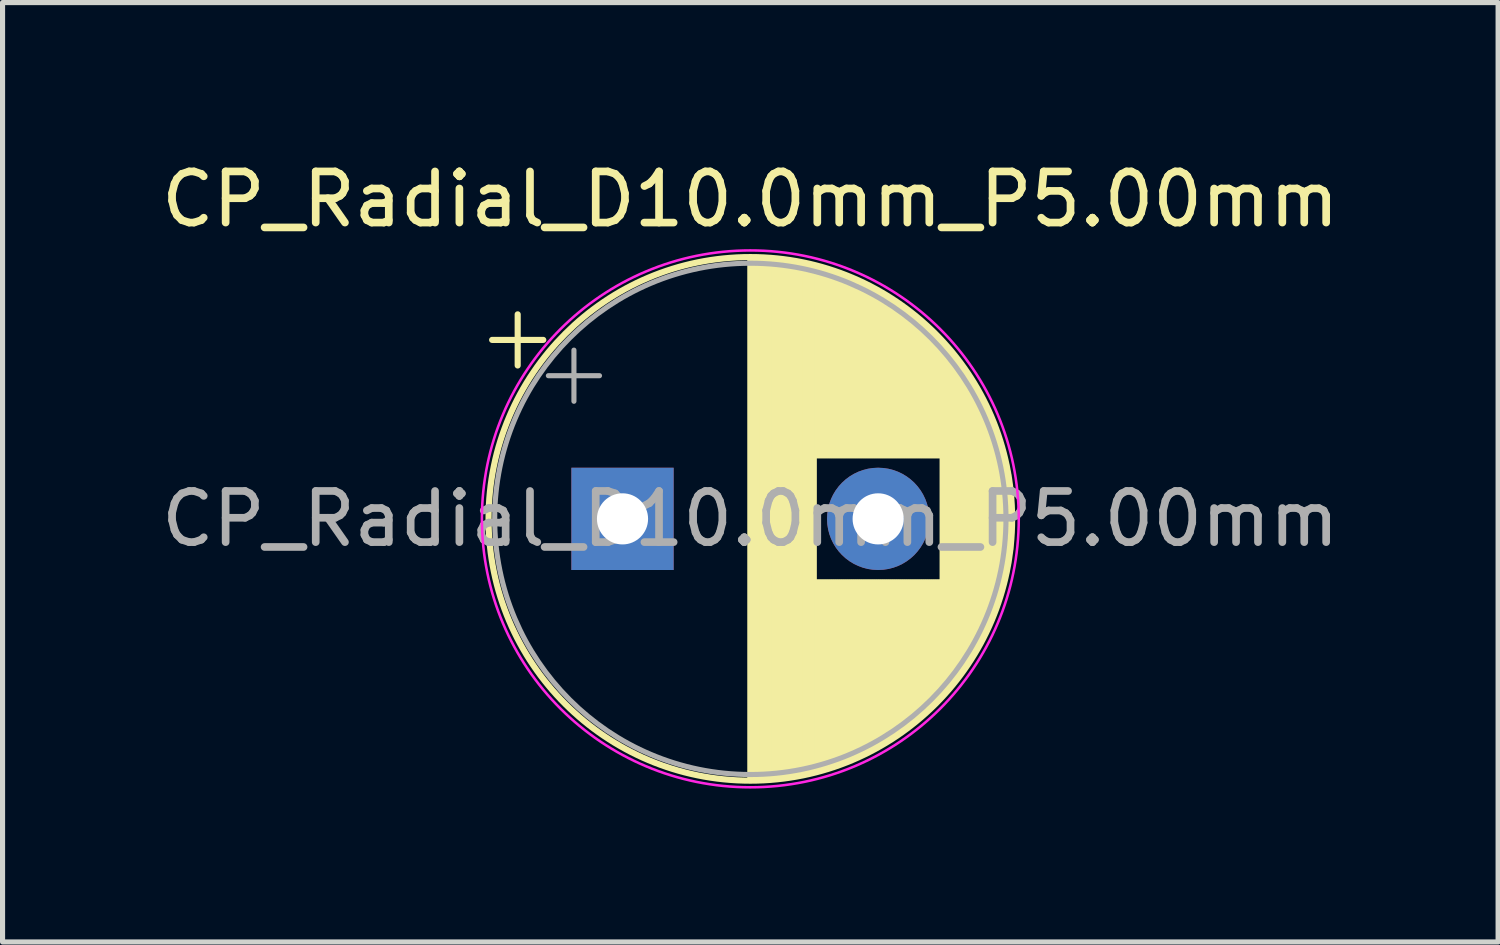
<source format=kicad_pcb>
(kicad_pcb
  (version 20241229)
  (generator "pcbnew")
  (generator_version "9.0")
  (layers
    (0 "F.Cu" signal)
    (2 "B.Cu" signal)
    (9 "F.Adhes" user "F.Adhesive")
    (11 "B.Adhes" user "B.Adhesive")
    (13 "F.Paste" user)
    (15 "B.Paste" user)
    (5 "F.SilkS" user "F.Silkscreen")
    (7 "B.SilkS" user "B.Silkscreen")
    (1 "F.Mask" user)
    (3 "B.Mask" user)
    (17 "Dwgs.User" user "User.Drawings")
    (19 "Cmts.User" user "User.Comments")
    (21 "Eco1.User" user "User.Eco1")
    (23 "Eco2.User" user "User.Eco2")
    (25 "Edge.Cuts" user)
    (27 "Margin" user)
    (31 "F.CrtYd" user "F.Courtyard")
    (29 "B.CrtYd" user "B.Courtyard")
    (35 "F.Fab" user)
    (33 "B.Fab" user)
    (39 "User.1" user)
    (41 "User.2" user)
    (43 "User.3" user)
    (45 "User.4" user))
  (footprint "CP_Radial_D10.0mm_P5.00mm"
    (layer "F.Cu")
    (at 9.125 7.098)
    (property "Reference" "CP_Radial_D10.0mm_P5.00mm" (at 2.5 -6.25 0) (layer "F.SilkS") (effects (font (size 1 1) (thickness 0.15))))
    (attr through_hole)
    (fp_line (start -2.55 -3.5) (end -1.55 -3.5) (stroke (width 0.12) (type solid)) (layer "F.SilkS"))
    (fp_line (start -2.05 -4) (end -2.05 -3) (stroke (width 0.12) (type solid)) (layer "F.SilkS"))
    (fp_line (start 2.5 -5.08) (end 2.5 5.08) (stroke (width 0.12) (type solid)) (layer "F.SilkS"))
    (fp_line (start 2.54 -5.08) (end 2.54 5.08) (stroke (width 0.12) (type solid)) (layer "F.SilkS"))
    (fp_line (start 2.58 -5.08) (end 2.58 5.08) (stroke (width 0.12) (type solid)) (layer "F.SilkS"))
    (fp_line (start 2.62 -5.079) (end 2.62 5.079) (stroke (width 0.12) (type solid)) (layer "F.SilkS"))
    (fp_line (start 2.66 -5.078) (end 2.66 5.078) (stroke (width 0.12) (type solid)) (layer "F.SilkS"))
    (fp_line (start 2.7 -5.077) (end 2.7 5.077) (stroke (width 0.12) (type solid)) (layer "F.SilkS"))
    (fp_line (start 2.74 -5.075) (end 2.74 5.075) (stroke (width 0.12) (type solid)) (layer "F.SilkS"))
    (fp_line (start 2.78 -5.073) (end 2.78 5.073) (stroke (width 0.12) (type solid)) (layer "F.SilkS"))
    (fp_line (start 2.82 -5.07) (end 2.82 5.07) (stroke (width 0.12) (type solid)) (layer "F.SilkS"))
    (fp_line (start 2.86 -5.068) (end 2.86 5.068) (stroke (width 0.12) (type solid)) (layer "F.SilkS"))
    (fp_line (start 2.9 -5.065) (end 2.9 5.065) (stroke (width 0.12) (type solid)) (layer "F.SilkS"))
    (fp_line (start 2.94 -5.062) (end 2.94 5.062) (stroke (width 0.12) (type solid)) (layer "F.SilkS"))
    (fp_line (start 2.98 -5.058) (end 2.98 5.058) (stroke (width 0.12) (type solid)) (layer "F.SilkS"))
    (fp_line (start 3.02 -5.054) (end 3.02 5.054) (stroke (width 0.12) (type solid)) (layer "F.SilkS"))
    (fp_line (start 3.06 -5.05) (end 3.06 5.05) (stroke (width 0.12) (type solid)) (layer "F.SilkS"))
    (fp_line (start 3.1 -5.045) (end 3.1 5.045) (stroke (width 0.12) (type solid)) (layer "F.SilkS"))
    (fp_line (start 3.14 -5.04) (end 3.14 5.04) (stroke (width 0.12) (type solid)) (layer "F.SilkS"))
    (fp_line (start 3.18 -5.035) (end 3.18 5.035) (stroke (width 0.12) (type solid)) (layer "F.SilkS"))
    (fp_line (start 3.221 -5.03) (end 3.221 5.03) (stroke (width 0.12) (type solid)) (layer "F.SilkS"))
    (fp_line (start 3.261 -5.024) (end 3.261 5.024) (stroke (width 0.12) (type solid)) (layer "F.SilkS"))
    (fp_line (start 3.301 -5.018) (end 3.301 5.018) (stroke (width 0.12) (type solid)) (layer "F.SilkS"))
    (fp_line (start 3.341 -5.011) (end 3.341 5.011) (stroke (width 0.12) (type solid)) (layer "F.SilkS"))
    (fp_line (start 3.381 -5.004) (end 3.381 5.004) (stroke (width 0.12) (type solid)) (layer "F.SilkS"))
    (fp_line (start 3.421 -4.997) (end 3.421 4.997) (stroke (width 0.12) (type solid)) (layer "F.SilkS"))
    (fp_line (start 3.461 -4.99) (end 3.461 4.99) (stroke (width 0.12) (type solid)) (layer "F.SilkS"))
    (fp_line (start 3.501 -4.982) (end 3.501 4.982) (stroke (width 0.12) (type solid)) (layer "F.SilkS"))
    (fp_line (start 3.541 -4.974) (end 3.541 4.974) (stroke (width 0.12) (type solid)) (layer "F.SilkS"))
    (fp_line (start 3.581 -4.965) (end 3.581 4.965) (stroke (width 0.12) (type solid)) (layer "F.SilkS"))
    (fp_line (start 3.621 -4.956) (end 3.621 4.956) (stroke (width 0.12) (type solid)) (layer "F.SilkS"))
    (fp_line (start 3.661 -4.947) (end 3.661 4.947) (stroke (width 0.12) (type solid)) (layer "F.SilkS"))
    (fp_line (start 3.701 -4.938) (end 3.701 4.938) (stroke (width 0.12) (type solid)) (layer "F.SilkS"))
    (fp_line (start 3.741 -4.928) (end 3.741 4.928) (stroke (width 0.12) (type solid)) (layer "F.SilkS"))
    (fp_line (start 3.781 -4.918) (end 3.781 -1.241) (stroke (width 0.12) (type solid)) (layer "F.SilkS"))
    (fp_line (start 3.781 1.241) (end 3.781 4.918) (stroke (width 0.12) (type solid)) (layer "F.SilkS"))
    (fp_line (start 3.821 -4.907) (end 3.821 -1.241) (stroke (width 0.12) (type solid)) (layer "F.SilkS"))
    (fp_line (start 3.821 1.241) (end 3.821 4.907) (stroke (width 0.12) (type solid)) (layer "F.SilkS"))
    (fp_line (start 3.861 -4.897) (end 3.861 -1.241) (stroke (width 0.12) (type solid)) (layer "F.SilkS"))
    (fp_line (start 3.861 1.241) (end 3.861 4.897) (stroke (width 0.12) (type solid)) (layer "F.SilkS"))
    (fp_line (start 3.901 -4.885) (end 3.901 -1.241) (stroke (width 0.12) (type solid)) (layer "F.SilkS"))
    (fp_line (start 3.901 1.241) (end 3.901 4.885) (stroke (width 0.12) (type solid)) (layer "F.SilkS"))
    (fp_line (start 3.941 -4.874) (end 3.941 -1.241) (stroke (width 0.12) (type solid)) (layer "F.SilkS"))
    (fp_line (start 3.941 1.241) (end 3.941 4.874) (stroke (width 0.12) (type solid)) (layer "F.SilkS"))
    (fp_line (start 3.981 -4.862) (end 3.981 -1.241) (stroke (width 0.12) (type solid)) (layer "F.SilkS"))
    (fp_line (start 3.981 1.241) (end 3.981 4.862) (stroke (width 0.12) (type solid)) (layer "F.SilkS"))
    (fp_line (start 4.021 -4.85) (end 4.021 -1.241) (stroke (width 0.12) (type solid)) (layer "F.SilkS"))
    (fp_line (start 4.021 1.241) (end 4.021 4.85) (stroke (width 0.12) (type solid)) (layer "F.SilkS"))
    (fp_line (start 4.061 -4.837) (end 4.061 -1.241) (stroke (width 0.12) (type solid)) (layer "F.SilkS"))
    (fp_line (start 4.061 1.241) (end 4.061 4.837) (stroke (width 0.12) (type solid)) (layer "F.SilkS"))
    (fp_line (start 4.101 -4.824) (end 4.101 -1.241) (stroke (width 0.12) (type solid)) (layer "F.SilkS"))
    (fp_line (start 4.101 1.241) (end 4.101 4.824) (stroke (width 0.12) (type solid)) (layer "F.SilkS"))
    (fp_line (start 4.141 -4.811) (end 4.141 -1.241) (stroke (width 0.12) (type solid)) (layer "F.SilkS"))
    (fp_line (start 4.141 1.241) (end 4.141 4.811) (stroke (width 0.12) (type solid)) (layer "F.SilkS"))
    (fp_line (start 4.181 -4.797) (end 4.181 -1.241) (stroke (width 0.12) (type solid)) (layer "F.SilkS"))
    (fp_line (start 4.181 1.241) (end 4.181 4.797) (stroke (width 0.12) (type solid)) (layer "F.SilkS"))
    (fp_line (start 4.221 -4.783) (end 4.221 -1.241) (stroke (width 0.12) (type solid)) (layer "F.SilkS"))
    (fp_line (start 4.221 1.241) (end 4.221 4.783) (stroke (width 0.12) (type solid)) (layer "F.SilkS"))
    (fp_line (start 4.261 -4.768) (end 4.261 -1.241) (stroke (width 0.12) (type solid)) (layer "F.SilkS"))
    (fp_line (start 4.261 1.241) (end 4.261 4.768) (stroke (width 0.12) (type solid)) (layer "F.SilkS"))
    (fp_line (start 4.301 -4.754) (end 4.301 -1.241) (stroke (width 0.12) (type solid)) (layer "F.SilkS"))
    (fp_line (start 4.301 1.241) (end 4.301 4.754) (stroke (width 0.12) (type solid)) (layer "F.SilkS"))
    (fp_line (start 4.341 -4.738) (end 4.341 -1.241) (stroke (width 0.12) (type solid)) (layer "F.SilkS"))
    (fp_line (start 4.341 1.241) (end 4.341 4.738) (stroke (width 0.12) (type solid)) (layer "F.SilkS"))
    (fp_line (start 4.381 -4.723) (end 4.381 -1.241) (stroke (width 0.12) (type solid)) (layer "F.SilkS"))
    (fp_line (start 4.381 1.241) (end 4.381 4.723) (stroke (width 0.12) (type solid)) (layer "F.SilkS"))
    (fp_line (start 4.421 -4.707) (end 4.421 -1.241) (stroke (width 0.12) (type solid)) (layer "F.SilkS"))
    (fp_line (start 4.421 1.241) (end 4.421 4.707) (stroke (width 0.12) (type solid)) (layer "F.SilkS"))
    (fp_line (start 4.461 -4.69) (end 4.461 -1.241) (stroke (width 0.12) (type solid)) (layer "F.SilkS"))
    (fp_line (start 4.461 1.241) (end 4.461 4.69) (stroke (width 0.12) (type solid)) (layer "F.SilkS"))
    (fp_line (start 4.501 -4.674) (end 4.501 -1.241) (stroke (width 0.12) (type solid)) (layer "F.SilkS"))
    (fp_line (start 4.501 1.241) (end 4.501 4.674) (stroke (width 0.12) (type solid)) (layer "F.SilkS"))
    (fp_line (start 4.541 -4.657) (end 4.541 -1.241) (stroke (width 0.12) (type solid)) (layer "F.SilkS"))
    (fp_line (start 4.541 1.241) (end 4.541 4.657) (stroke (width 0.12) (type solid)) (layer "F.SilkS"))
    (fp_line (start 4.581 -4.639) (end 4.581 -1.241) (stroke (width 0.12) (type solid)) (layer "F.SilkS"))
    (fp_line (start 4.581 1.241) (end 4.581 4.639) (stroke (width 0.12) (type solid)) (layer "F.SilkS"))
    (fp_line (start 4.621 -4.621) (end 4.621 -1.241) (stroke (width 0.12) (type solid)) (layer "F.SilkS"))
    (fp_line (start 4.621 1.241) (end 4.621 4.621) (stroke (width 0.12) (type solid)) (layer "F.SilkS"))
    (fp_line (start 4.661 -4.603) (end 4.661 -1.241) (stroke (width 0.12) (type solid)) (layer "F.SilkS"))
    (fp_line (start 4.661 1.241) (end 4.661 4.603) (stroke (width 0.12) (type solid)) (layer "F.SilkS"))
    (fp_line (start 4.701 -4.584) (end 4.701 -1.241) (stroke (width 0.12) (type solid)) (layer "F.SilkS"))
    (fp_line (start 4.701 1.241) (end 4.701 4.584) (stroke (width 0.12) (type solid)) (layer "F.SilkS"))
    (fp_line (start 4.741 -4.564) (end 4.741 -1.241) (stroke (width 0.12) (type solid)) (layer "F.SilkS"))
    (fp_line (start 4.741 1.241) (end 4.741 4.564) (stroke (width 0.12) (type solid)) (layer "F.SilkS"))
    (fp_line (start 4.781 -4.545) (end 4.781 -1.241) (stroke (width 0.12) (type solid)) (layer "F.SilkS"))
    (fp_line (start 4.781 1.241) (end 4.781 4.545) (stroke (width 0.12) (type solid)) (layer "F.SilkS"))
    (fp_line (start 4.821 -4.525) (end 4.821 -1.241) (stroke (width 0.12) (type solid)) (layer "F.SilkS"))
    (fp_line (start 4.821 1.241) (end 4.821 4.525) (stroke (width 0.12) (type solid)) (layer "F.SilkS"))
    (fp_line (start 4.861 -4.504) (end 4.861 -1.241) (stroke (width 0.12) (type solid)) (layer "F.SilkS"))
    (fp_line (start 4.861 1.241) (end 4.861 4.504) (stroke (width 0.12) (type solid)) (layer "F.SilkS"))
    (fp_line (start 4.901 -4.483) (end 4.901 -1.241) (stroke (width 0.12) (type solid)) (layer "F.SilkS"))
    (fp_line (start 4.901 1.241) (end 4.901 4.483) (stroke (width 0.12) (type solid)) (layer "F.SilkS"))
    (fp_line (start 4.941 -4.462) (end 4.941 -1.241) (stroke (width 0.12) (type solid)) (layer "F.SilkS"))
    (fp_line (start 4.941 1.241) (end 4.941 4.462) (stroke (width 0.12) (type solid)) (layer "F.SilkS"))
    (fp_line (start 4.981 -4.44) (end 4.981 -1.241) (stroke (width 0.12) (type solid)) (layer "F.SilkS"))
    (fp_line (start 4.981 1.241) (end 4.981 4.44) (stroke (width 0.12) (type solid)) (layer "F.SilkS"))
    (fp_line (start 5.021 -4.417) (end 5.021 -1.241) (stroke (width 0.12) (type solid)) (layer "F.SilkS"))
    (fp_line (start 5.021 1.241) (end 5.021 4.417) (stroke (width 0.12) (type solid)) (layer "F.SilkS"))
    (fp_line (start 5.061 -4.395) (end 5.061 -1.241) (stroke (width 0.12) (type solid)) (layer "F.SilkS"))
    (fp_line (start 5.061 1.241) (end 5.061 4.395) (stroke (width 0.12) (type solid)) (layer "F.SilkS"))
    (fp_line (start 5.101 -4.371) (end 5.101 -1.241) (stroke (width 0.12) (type solid)) (layer "F.SilkS"))
    (fp_line (start 5.101 1.241) (end 5.101 4.371) (stroke (width 0.12) (type solid)) (layer "F.SilkS"))
    (fp_line (start 5.141 -4.347) (end 5.141 -1.241) (stroke (width 0.12) (type solid)) (layer "F.SilkS"))
    (fp_line (start 5.141 1.241) (end 5.141 4.347) (stroke (width 0.12) (type solid)) (layer "F.SilkS"))
    (fp_line (start 5.181 -4.323) (end 5.181 -1.241) (stroke (width 0.12) (type solid)) (layer "F.SilkS"))
    (fp_line (start 5.181 1.241) (end 5.181 4.323) (stroke (width 0.12) (type solid)) (layer "F.SilkS"))
    (fp_line (start 5.221 -4.298) (end 5.221 -1.241) (stroke (width 0.12) (type solid)) (layer "F.SilkS"))
    (fp_line (start 5.221 1.241) (end 5.221 4.298) (stroke (width 0.12) (type solid)) (layer "F.SilkS"))
    (fp_line (start 5.261 -4.273) (end 5.261 -1.241) (stroke (width 0.12) (type solid)) (layer "F.SilkS"))
    (fp_line (start 5.261 1.241) (end 5.261 4.273) (stroke (width 0.12) (type solid)) (layer "F.SilkS"))
    (fp_line (start 5.301 -4.247) (end 5.301 -1.241) (stroke (width 0.12) (type solid)) (layer "F.SilkS"))
    (fp_line (start 5.301 1.241) (end 5.301 4.247) (stroke (width 0.12) (type solid)) (layer "F.SilkS"))
    (fp_line (start 5.341 -4.221) (end 5.341 -1.241) (stroke (width 0.12) (type solid)) (layer "F.SilkS"))
    (fp_line (start 5.341 1.241) (end 5.341 4.221) (stroke (width 0.12) (type solid)) (layer "F.SilkS"))
    (fp_line (start 5.381 -4.194) (end 5.381 -1.241) (stroke (width 0.12) (type solid)) (layer "F.SilkS"))
    (fp_line (start 5.381 1.241) (end 5.381 4.194) (stroke (width 0.12) (type solid)) (layer "F.SilkS"))
    (fp_line (start 5.421 -4.166) (end 5.421 -1.241) (stroke (width 0.12) (type solid)) (layer "F.SilkS"))
    (fp_line (start 5.421 1.241) (end 5.421 4.166) (stroke (width 0.12) (type solid)) (layer "F.SilkS"))
    (fp_line (start 5.461 -4.138) (end 5.461 -1.241) (stroke (width 0.12) (type solid)) (layer "F.SilkS"))
    (fp_line (start 5.461 1.241) (end 5.461 4.138) (stroke (width 0.12) (type solid)) (layer "F.SilkS"))
    (fp_line (start 5.501 -4.11) (end 5.501 -1.241) (stroke (width 0.12) (type solid)) (layer "F.SilkS"))
    (fp_line (start 5.501 1.241) (end 5.501 4.11) (stroke (width 0.12) (type solid)) (layer "F.SilkS"))
    (fp_line (start 5.541 -4.08) (end 5.541 -1.241) (stroke (width 0.12) (type solid)) (layer "F.SilkS"))
    (fp_line (start 5.541 1.241) (end 5.541 4.08) (stroke (width 0.12) (type solid)) (layer "F.SilkS"))
    (fp_line (start 5.581 -4.05) (end 5.581 -1.241) (stroke (width 0.12) (type solid)) (layer "F.SilkS"))
    (fp_line (start 5.581 1.241) (end 5.581 4.05) (stroke (width 0.12) (type solid)) (layer "F.SilkS"))
    (fp_line (start 5.621 -4.02) (end 5.621 -1.241) (stroke (width 0.12) (type solid)) (layer "F.SilkS"))
    (fp_line (start 5.621 1.241) (end 5.621 4.02) (stroke (width 0.12) (type solid)) (layer "F.SilkS"))
    (fp_line (start 5.661 -3.989) (end 5.661 -1.241) (stroke (width 0.12) (type solid)) (layer "F.SilkS"))
    (fp_line (start 5.661 1.241) (end 5.661 3.989) (stroke (width 0.12) (type solid)) (layer "F.SilkS"))
    (fp_line (start 5.701 -3.957) (end 5.701 -1.241) (stroke (width 0.12) (type solid)) (layer "F.SilkS"))
    (fp_line (start 5.701 1.241) (end 5.701 3.957) (stroke (width 0.12) (type solid)) (layer "F.SilkS"))
    (fp_line (start 5.741 -3.925) (end 5.741 -1.241) (stroke (width 0.12) (type solid)) (layer "F.SilkS"))
    (fp_line (start 5.741 1.241) (end 5.741 3.925) (stroke (width 0.12) (type solid)) (layer "F.SilkS"))
    (fp_line (start 5.781 -3.892) (end 5.781 -1.241) (stroke (width 0.12) (type solid)) (layer "F.SilkS"))
    (fp_line (start 5.781 1.241) (end 5.781 3.892) (stroke (width 0.12) (type solid)) (layer "F.SilkS"))
    (fp_line (start 5.821 -3.858) (end 5.821 -1.241) (stroke (width 0.12) (type solid)) (layer "F.SilkS"))
    (fp_line (start 5.821 1.241) (end 5.821 3.858) (stroke (width 0.12) (type solid)) (layer "F.SilkS"))
    (fp_line (start 5.861 -3.824) (end 5.861 -1.241) (stroke (width 0.12) (type solid)) (layer "F.SilkS"))
    (fp_line (start 5.861 1.241) (end 5.861 3.824) (stroke (width 0.12) (type solid)) (layer "F.SilkS"))
    (fp_line (start 5.901 -3.789) (end 5.901 -1.241) (stroke (width 0.12) (type solid)) (layer "F.SilkS"))
    (fp_line (start 5.901 1.241) (end 5.901 3.789) (stroke (width 0.12) (type solid)) (layer "F.SilkS"))
    (fp_line (start 5.941 -3.753) (end 5.941 -1.241) (stroke (width 0.12) (type solid)) (layer "F.SilkS"))
    (fp_line (start 5.941 1.241) (end 5.941 3.753) (stroke (width 0.12) (type solid)) (layer "F.SilkS"))
    (fp_line (start 5.981 -3.716) (end 5.981 -1.241) (stroke (width 0.12) (type solid)) (layer "F.SilkS"))
    (fp_line (start 5.981 1.241) (end 5.981 3.716) (stroke (width 0.12) (type solid)) (layer "F.SilkS"))
    (fp_line (start 6.021 -3.679) (end 6.021 -1.241) (stroke (width 0.12) (type solid)) (layer "F.SilkS"))
    (fp_line (start 6.021 1.241) (end 6.021 3.679) (stroke (width 0.12) (type solid)) (layer "F.SilkS"))
    (fp_line (start 6.061 -3.64) (end 6.061 -1.241) (stroke (width 0.12) (type solid)) (layer "F.SilkS"))
    (fp_line (start 6.061 1.241) (end 6.061 3.64) (stroke (width 0.12) (type solid)) (layer "F.SilkS"))
    (fp_line (start 6.101 -3.601) (end 6.101 -1.241) (stroke (width 0.12) (type solid)) (layer "F.SilkS"))
    (fp_line (start 6.101 1.241) (end 6.101 3.601) (stroke (width 0.12) (type solid)) (layer "F.SilkS"))
    (fp_line (start 6.141 -3.561) (end 6.141 -1.241) (stroke (width 0.12) (type solid)) (layer "F.SilkS"))
    (fp_line (start 6.141 1.241) (end 6.141 3.561) (stroke (width 0.12) (type solid)) (layer "F.SilkS"))
    (fp_line (start 6.181 -3.52) (end 6.181 -1.241) (stroke (width 0.12) (type solid)) (layer "F.SilkS"))
    (fp_line (start 6.181 1.241) (end 6.181 3.52) (stroke (width 0.12) (type solid)) (layer "F.SilkS"))
    (fp_line (start 6.221 -3.478) (end 6.221 -1.241) (stroke (width 0.12) (type solid)) (layer "F.SilkS"))
    (fp_line (start 6.221 1.241) (end 6.221 3.478) (stroke (width 0.12) (type solid)) (layer "F.SilkS"))
    (fp_line (start 6.261 -3.436) (end 6.261 3.436) (stroke (width 0.12) (type solid)) (layer "F.SilkS"))
    (fp_line (start 6.301 -3.392) (end 6.301 3.392) (stroke (width 0.12) (type solid)) (layer "F.SilkS"))
    (fp_line (start 6.341 -3.347) (end 6.341 3.347) (stroke (width 0.12) (type solid)) (layer "F.SilkS"))
    (fp_line (start 6.381 -3.301) (end 6.381 3.301) (stroke (width 0.12) (type solid)) (layer "F.SilkS"))
    (fp_line (start 6.421 -3.254) (end 6.421 3.254) (stroke (width 0.12) (type solid)) (layer "F.SilkS"))
    (fp_line (start 6.461 -3.206) (end 6.461 3.206) (stroke (width 0.12) (type solid)) (layer "F.SilkS"))
    (fp_line (start 6.501 -3.156) (end 6.501 3.156) (stroke (width 0.12) (type solid)) (layer "F.SilkS"))
    (fp_line (start 6.541 -3.106) (end 6.541 3.106) (stroke (width 0.12) (type solid)) (layer "F.SilkS"))
    (fp_line (start 6.581 -3.054) (end 6.581 3.054) (stroke (width 0.12) (type solid)) (layer "F.SilkS"))
    (fp_line (start 6.621 -3) (end 6.621 3) (stroke (width 0.12) (type solid)) (layer "F.SilkS"))
    (fp_line (start 6.661 -2.945) (end 6.661 2.945) (stroke (width 0.12) (type solid)) (layer "F.SilkS"))
    (fp_line (start 6.701 -2.889) (end 6.701 2.889) (stroke (width 0.12) (type solid)) (layer "F.SilkS"))
    (fp_line (start 6.741 -2.83) (end 6.741 2.83) (stroke (width 0.12) (type solid)) (layer "F.SilkS"))
    (fp_line (start 6.781 -2.77) (end 6.781 2.77) (stroke (width 0.12) (type solid)) (layer "F.SilkS"))
    (fp_line (start 6.821 -2.709) (end 6.821 2.709) (stroke (width 0.12) (type solid)) (layer "F.SilkS"))
    (fp_line (start 6.861 -2.645) (end 6.861 2.645) (stroke (width 0.12) (type solid)) (layer "F.SilkS"))
    (fp_line (start 6.901 -2.579) (end 6.901 2.579) (stroke (width 0.12) (type solid)) (layer "F.SilkS"))
    (fp_line (start 6.941 -2.51) (end 6.941 2.51) (stroke (width 0.12) (type solid)) (layer "F.SilkS"))
    (fp_line (start 6.981 -2.439) (end 6.981 2.439) (stroke (width 0.12) (type solid)) (layer "F.SilkS"))
    (fp_line (start 7.021 -2.365) (end 7.021 2.365) (stroke (width 0.12) (type solid)) (layer "F.SilkS"))
    (fp_line (start 7.061 -2.289) (end 7.061 2.289) (stroke (width 0.12) (type solid)) (layer "F.SilkS"))
    (fp_line (start 7.101 -2.209) (end 7.101 2.209) (stroke (width 0.12) (type solid)) (layer "F.SilkS"))
    (fp_line (start 7.141 -2.125) (end 7.141 2.125) (stroke (width 0.12) (type solid)) (layer "F.SilkS"))
    (fp_line (start 7.181 -2.037) (end 7.181 2.037) (stroke (width 0.12) (type solid)) (layer "F.SilkS"))
    (fp_line (start 7.221 -1.944) (end 7.221 1.944) (stroke (width 0.12) (type solid)) (layer "F.SilkS"))
    (fp_line (start 7.261 -1.846) (end 7.261 1.846) (stroke (width 0.12) (type solid)) (layer "F.SilkS"))
    (fp_line (start 7.301 -1.742) (end 7.301 1.742) (stroke (width 0.12) (type solid)) (layer "F.SilkS"))
    (fp_line (start 7.341 -1.63) (end 7.341 1.63) (stroke (width 0.12) (type solid)) (layer "F.SilkS"))
    (fp_line (start 7.381 -1.51) (end 7.381 1.51) (stroke (width 0.12) (type solid)) (layer "F.SilkS"))
    (fp_line (start 7.421 -1.378) (end 7.421 1.378) (stroke (width 0.12) (type solid)) (layer "F.SilkS"))
    (fp_line (start 7.461 -1.23) (end 7.461 1.23) (stroke (width 0.12) (type solid)) (layer "F.SilkS"))
    (fp_line (start 7.501 -1.062) (end 7.501 1.062) (stroke (width 0.12) (type solid)) (layer "F.SilkS"))
    (fp_line (start 7.541 -0.862) (end 7.541 0.862) (stroke (width 0.12) (type solid)) (layer "F.SilkS"))
    (fp_line (start 7.581 -0.599) (end 7.581 0.599) (stroke (width 0.12) (type solid)) (layer "F.SilkS"))
    (fp_circle (center 2.5 0) (end 7.62 0) (stroke (width 0.12) (type solid)) (fill no) (layer "F.SilkS"))
    (fp_circle (center 2.5 0) (end 7.75 0) (stroke (width 0.05) (type solid)) (fill no) (layer "F.CrtYd"))
    (fp_line (start -1.45 -2.8) (end -0.45 -2.8) (stroke (width 0.1) (type solid)) (layer "F.Fab"))
    (fp_line (start -0.95 -3.3) (end -0.95 -2.3) (stroke (width 0.1) (type solid)) (layer "F.Fab"))
    (fp_circle (center 2.5 0) (end 7.5 0) (stroke (width 0.1) (type solid)) (fill no) (layer "F.Fab"))
    (fp_text user "${REFERENCE}" (at 2.5 0 0) (layer "F.Fab") (effects (font (size 1 1) (thickness 0.15))))
    (pad "1" thru_hole rect (at 0 0) (size 2 2) (drill 1) (layers "*.Cu" "*.Mask"))
    (pad "2" thru_hole circle (at 5 0) (size 2 2) (drill 1) (layers "*.Cu" "*.Mask")))
  (gr_rect
    (start -3 -3)
    (end 26.25 15.373)
    (stroke (width 0.1) (type default))
    (fill no)
    (layer "Edge.Cuts")))
</source>
